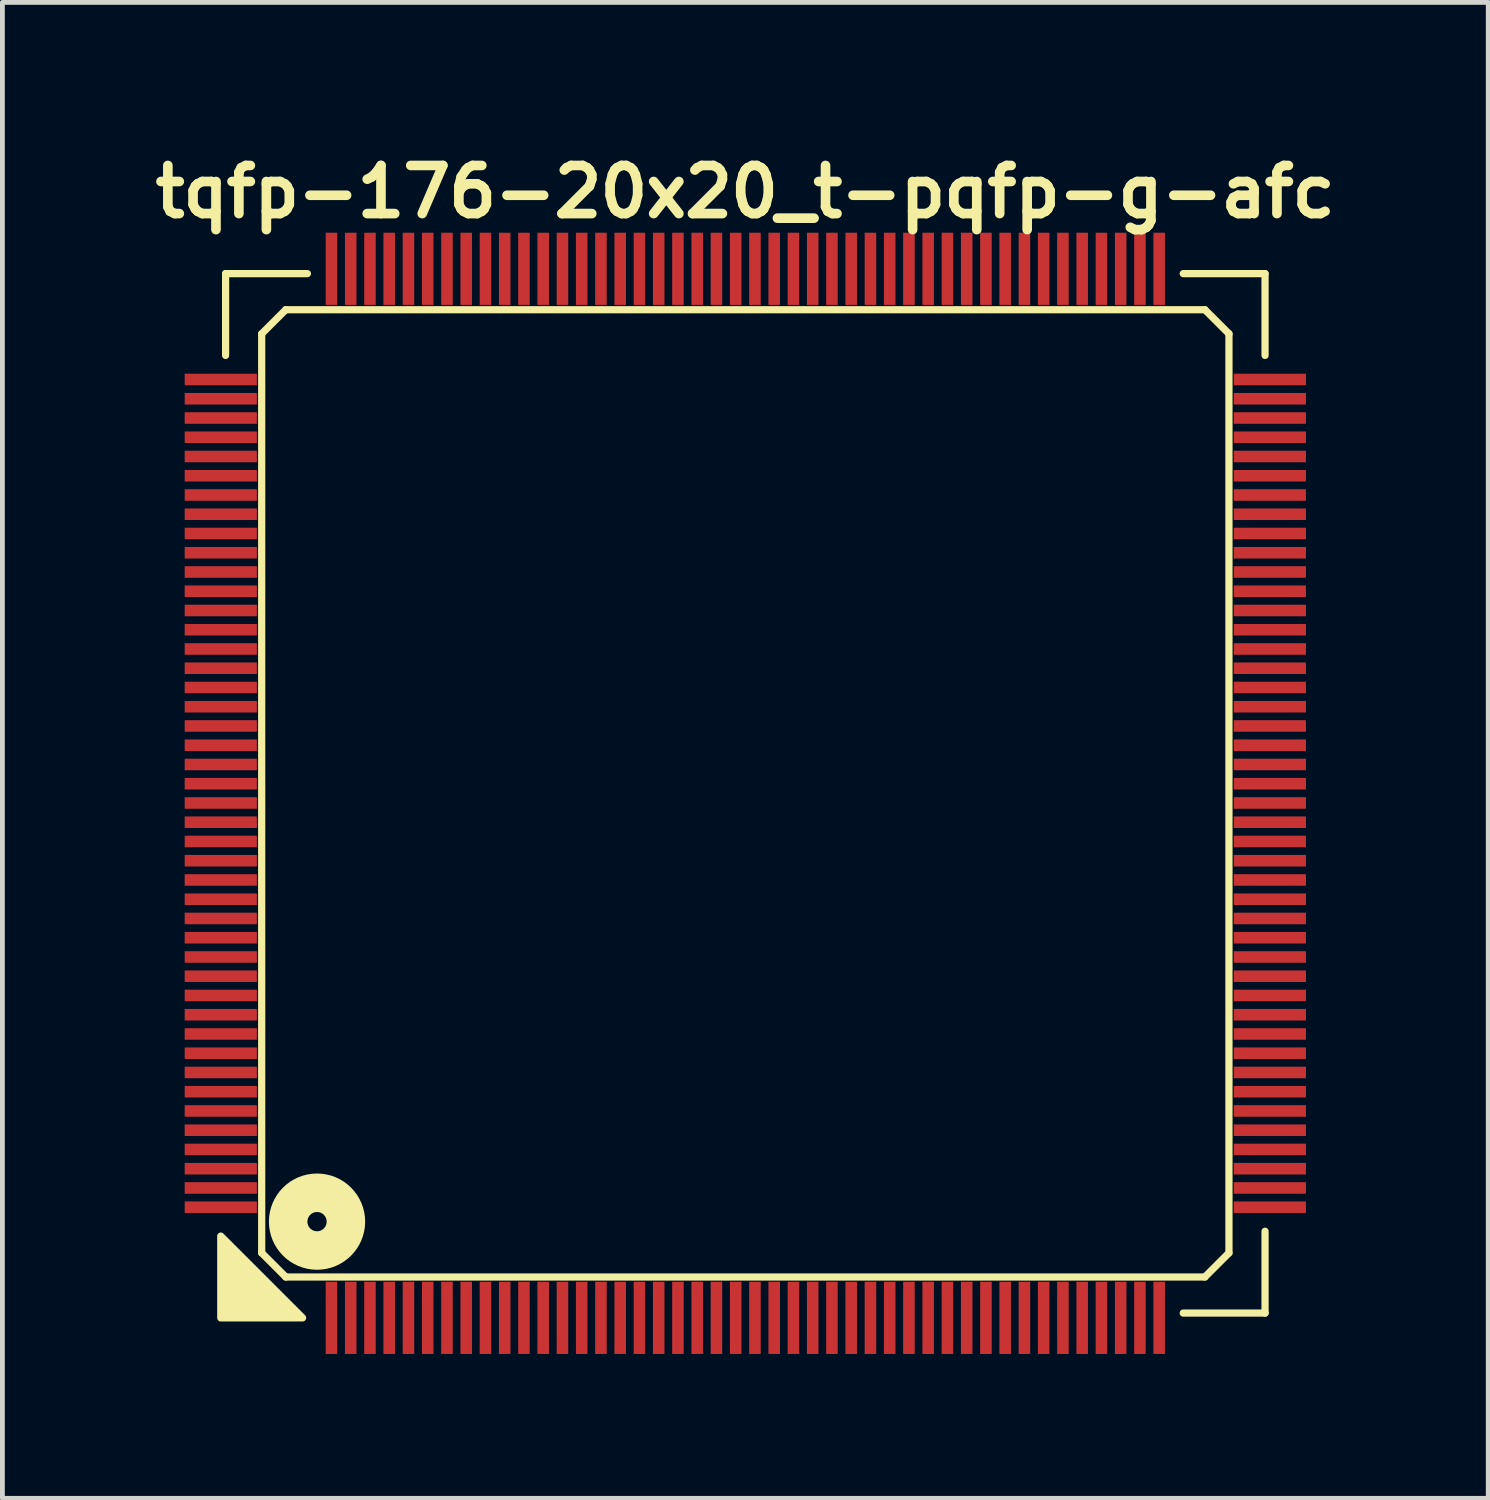
<source format=kicad_pcb>
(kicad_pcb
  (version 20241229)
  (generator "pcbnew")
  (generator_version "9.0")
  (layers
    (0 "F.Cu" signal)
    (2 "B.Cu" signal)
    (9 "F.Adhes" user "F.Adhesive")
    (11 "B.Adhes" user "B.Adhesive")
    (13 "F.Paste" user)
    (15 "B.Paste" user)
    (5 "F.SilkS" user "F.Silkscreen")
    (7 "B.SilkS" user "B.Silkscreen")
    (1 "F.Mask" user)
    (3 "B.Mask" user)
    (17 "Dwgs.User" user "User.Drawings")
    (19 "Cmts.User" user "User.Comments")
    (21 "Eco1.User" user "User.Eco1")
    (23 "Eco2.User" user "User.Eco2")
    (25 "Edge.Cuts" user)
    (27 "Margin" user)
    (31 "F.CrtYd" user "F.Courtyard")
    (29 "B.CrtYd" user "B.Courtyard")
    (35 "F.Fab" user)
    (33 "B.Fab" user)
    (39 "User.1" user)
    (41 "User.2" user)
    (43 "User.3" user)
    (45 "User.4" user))
  (footprint "tqfp-176-20x20_t-pqfp-g-afc"
    (layer "F.Cu")
    (at 12.438 13.436)
    (property "Reference" "tqfp-176-20x20_t-pqfp-g-afc" (at 0 -12.5 0) (layer "F.SilkS") (effects (font (size 1 1) (thickness 0.2))))
    (attr smd)
    (fp_line (start -10.8 -10.8) (end -9.1 -10.8) (stroke (width 0.15) (type solid)) (layer "F.SilkS"))
    (fp_line (start -10.8 -9.1) (end -10.8 -10.8) (stroke (width 0.15) (type solid)) (layer "F.SilkS"))
    (fp_line (start -10.05 -9.55) (end -9.55 -10.05) (stroke (width 0.15) (type solid)) (layer "F.SilkS"))
    (fp_line (start -10.05 9.55) (end -10.05 -9.55) (stroke (width 0.15) (type solid)) (layer "F.SilkS"))
    (fp_line (start -9.55 -10.05) (end 9.55 -10.05) (stroke (width 0.15) (type solid)) (layer "F.SilkS"))
    (fp_line (start -9.55 10.05) (end -10.05 9.55) (stroke (width 0.15) (type solid)) (layer "F.SilkS"))
    (fp_line (start 9.1 -10.8) (end 10.8 -10.8) (stroke (width 0.15) (type solid)) (layer "F.SilkS"))
    (fp_line (start 9.55 -10.05) (end 10.05 -9.55) (stroke (width 0.15) (type solid)) (layer "F.SilkS"))
    (fp_line (start 9.55 10.05) (end -9.55 10.05) (stroke (width 0.15) (type solid)) (layer "F.SilkS"))
    (fp_line (start 10.05 -9.55) (end 10.05 9.55) (stroke (width 0.15) (type solid)) (layer "F.SilkS"))
    (fp_line (start 10.05 9.55) (end 9.55 10.05) (stroke (width 0.15) (type solid)) (layer "F.SilkS"))
    (fp_line (start 10.8 -10.8) (end 10.8 -9.1) (stroke (width 0.15) (type solid)) (layer "F.SilkS"))
    (fp_line (start 10.8 9.1) (end 10.8 10.8) (stroke (width 0.15) (type solid)) (layer "F.SilkS"))
    (fp_line (start 10.8 10.8) (end 9.1 10.8) (stroke (width 0.15) (type solid)) (layer "F.SilkS"))
    (fp_circle (center -8.9 8.9) (end -8.7 8.9) (stroke (width 0.8) (type solid)) (fill no) (layer "F.SilkS"))
    (fp_poly (pts (xy -9.2 10.9) (xy -10.9 10.9) (xy -10.9 9.2)) (stroke (width 0.15) (type solid)) (fill yes) (layer "F.SilkS"))
    (pad "1" smd rect (at -8.6 10.9) (size 0.24 1.5) (layers "F.Cu" "F.Mask" "F.Paste"))
    (pad "2" smd rect (at -8.2 10.9) (size 0.24 1.5) (layers "F.Cu" "F.Mask" "F.Paste"))
    (pad "3" smd rect (at -7.8 10.9) (size 0.24 1.5) (layers "F.Cu" "F.Mask" "F.Paste"))
    (pad "4" smd rect (at -7.4 10.9) (size 0.24 1.5) (layers "F.Cu" "F.Mask" "F.Paste"))
    (pad "5" smd rect (at -7 10.9) (size 0.24 1.5) (layers "F.Cu" "F.Mask" "F.Paste"))
    (pad "6" smd rect (at -6.6 10.9) (size 0.24 1.5) (layers "F.Cu" "F.Mask" "F.Paste"))
    (pad "7" smd rect (at -6.2 10.9) (size 0.24 1.5) (layers "F.Cu" "F.Mask" "F.Paste"))
    (pad "8" smd rect (at -5.8 10.9) (size 0.24 1.5) (layers "F.Cu" "F.Mask" "F.Paste"))
    (pad "9" smd rect (at -5.4 10.9) (size 0.24 1.5) (layers "F.Cu" "F.Mask" "F.Paste"))
    (pad "10" smd rect (at -5 10.9) (size 0.24 1.5) (layers "F.Cu" "F.Mask" "F.Paste"))
    (pad "11" smd rect (at -4.6 10.9) (size 0.24 1.5) (layers "F.Cu" "F.Mask" "F.Paste"))
    (pad "12" smd rect (at -4.2 10.9) (size 0.24 1.5) (layers "F.Cu" "F.Mask" "F.Paste"))
    (pad "13" smd rect (at -3.8 10.9) (size 0.24 1.5) (layers "F.Cu" "F.Mask" "F.Paste"))
    (pad "14" smd rect (at -3.4 10.9) (size 0.24 1.5) (layers "F.Cu" "F.Mask" "F.Paste"))
    (pad "15" smd rect (at -3 10.9) (size 0.24 1.5) (layers "F.Cu" "F.Mask" "F.Paste"))
    (pad "16" smd rect (at -2.6 10.9) (size 0.24 1.5) (layers "F.Cu" "F.Mask" "F.Paste"))
    (pad "17" smd rect (at -2.2 10.9) (size 0.24 1.5) (layers "F.Cu" "F.Mask" "F.Paste"))
    (pad "18" smd rect (at -1.8 10.9) (size 0.24 1.5) (layers "F.Cu" "F.Mask" "F.Paste"))
    (pad "19" smd rect (at -1.4 10.9) (size 0.24 1.5) (layers "F.Cu" "F.Mask" "F.Paste"))
    (pad "20" smd rect (at -1 10.9) (size 0.24 1.5) (layers "F.Cu" "F.Mask" "F.Paste"))
    (pad "21" smd rect (at -0.6 10.9) (size 0.24 1.5) (layers "F.Cu" "F.Mask" "F.Paste"))
    (pad "22" smd rect (at -0.2 10.9) (size 0.24 1.5) (layers "F.Cu" "F.Mask" "F.Paste"))
    (pad "23" smd rect (at 0.2 10.9) (size 0.24 1.5) (layers "F.Cu" "F.Mask" "F.Paste"))
    (pad "24" smd rect (at 0.6 10.9) (size 0.24 1.5) (layers "F.Cu" "F.Mask" "F.Paste"))
    (pad "25" smd rect (at 1 10.9) (size 0.24 1.5) (layers "F.Cu" "F.Mask" "F.Paste"))
    (pad "26" smd rect (at 1.4 10.9) (size 0.24 1.5) (layers "F.Cu" "F.Mask" "F.Paste"))
    (pad "27" smd rect (at 1.8 10.9) (size 0.24 1.5) (layers "F.Cu" "F.Mask" "F.Paste"))
    (pad "28" smd rect (at 2.2 10.9) (size 0.24 1.5) (layers "F.Cu" "F.Mask" "F.Paste"))
    (pad "29" smd rect (at 2.6 10.9) (size 0.24 1.5) (layers "F.Cu" "F.Mask" "F.Paste"))
    (pad "30" smd rect (at 3 10.9) (size 0.24 1.5) (layers "F.Cu" "F.Mask" "F.Paste"))
    (pad "31" smd rect (at 3.4 10.9) (size 0.24 1.5) (layers "F.Cu" "F.Mask" "F.Paste"))
    (pad "32" smd rect (at 3.8 10.9) (size 0.24 1.5) (layers "F.Cu" "F.Mask" "F.Paste"))
    (pad "33" smd rect (at 4.2 10.9) (size 0.24 1.5) (layers "F.Cu" "F.Mask" "F.Paste"))
    (pad "34" smd rect (at 4.6 10.9) (size 0.24 1.5) (layers "F.Cu" "F.Mask" "F.Paste"))
    (pad "35" smd rect (at 5 10.9) (size 0.24 1.5) (layers "F.Cu" "F.Mask" "F.Paste"))
    (pad "36" smd rect (at 5.4 10.9) (size 0.24 1.5) (layers "F.Cu" "F.Mask" "F.Paste"))
    (pad "37" smd rect (at 5.8 10.9) (size 0.24 1.5) (layers "F.Cu" "F.Mask" "F.Paste"))
    (pad "38" smd rect (at 6.2 10.9) (size 0.24 1.5) (layers "F.Cu" "F.Mask" "F.Paste"))
    (pad "39" smd rect (at 6.6 10.9) (size 0.24 1.5) (layers "F.Cu" "F.Mask" "F.Paste"))
    (pad "40" smd rect (at 7 10.9) (size 0.24 1.5) (layers "F.Cu" "F.Mask" "F.Paste"))
    (pad "41" smd rect (at 7.4 10.9) (size 0.24 1.5) (layers "F.Cu" "F.Mask" "F.Paste"))
    (pad "42" smd rect (at 7.8 10.9) (size 0.24 1.5) (layers "F.Cu" "F.Mask" "F.Paste"))
    (pad "43" smd rect (at 8.2 10.9) (size 0.24 1.5) (layers "F.Cu" "F.Mask" "F.Paste"))
    (pad "44" smd rect (at 8.6 10.9) (size 0.24 1.5) (layers "F.Cu" "F.Mask" "F.Paste"))
    (pad "45" smd rect (at 10.9 8.6) (size 1.5 0.24) (layers "F.Cu" "F.Mask" "F.Paste"))
    (pad "46" smd rect (at 10.9 8.2) (size 1.5 0.24) (layers "F.Cu" "F.Mask" "F.Paste"))
    (pad "47" smd rect (at 10.9 7.8) (size 1.5 0.24) (layers "F.Cu" "F.Mask" "F.Paste"))
    (pad "48" smd rect (at 10.9 7.4) (size 1.5 0.24) (layers "F.Cu" "F.Mask" "F.Paste"))
    (pad "49" smd rect (at 10.9 7) (size 1.5 0.24) (layers "F.Cu" "F.Mask" "F.Paste"))
    (pad "50" smd rect (at 10.9 6.6) (size 1.5 0.24) (layers "F.Cu" "F.Mask" "F.Paste"))
    (pad "51" smd rect (at 10.9 6.2) (size 1.5 0.24) (layers "F.Cu" "F.Mask" "F.Paste"))
    (pad "52" smd rect (at 10.9 5.8) (size 1.5 0.24) (layers "F.Cu" "F.Mask" "F.Paste"))
    (pad "53" smd rect (at 10.9 5.4) (size 1.5 0.24) (layers "F.Cu" "F.Mask" "F.Paste"))
    (pad "54" smd rect (at 10.9 5) (size 1.5 0.24) (layers "F.Cu" "F.Mask" "F.Paste"))
    (pad "55" smd rect (at 10.9 4.6) (size 1.5 0.24) (layers "F.Cu" "F.Mask" "F.Paste"))
    (pad "56" smd rect (at 10.9 4.2) (size 1.5 0.24) (layers "F.Cu" "F.Mask" "F.Paste"))
    (pad "57" smd rect (at 10.9 3.8) (size 1.5 0.24) (layers "F.Cu" "F.Mask" "F.Paste"))
    (pad "58" smd rect (at 10.9 3.4) (size 1.5 0.24) (layers "F.Cu" "F.Mask" "F.Paste"))
    (pad "59" smd rect (at 10.9 3) (size 1.5 0.24) (layers "F.Cu" "F.Mask" "F.Paste"))
    (pad "60" smd rect (at 10.9 2.6) (size 1.5 0.24) (layers "F.Cu" "F.Mask" "F.Paste"))
    (pad "61" smd rect (at 10.9 2.2) (size 1.5 0.24) (layers "F.Cu" "F.Mask" "F.Paste"))
    (pad "62" smd rect (at 10.9 1.8) (size 1.5 0.24) (layers "F.Cu" "F.Mask" "F.Paste"))
    (pad "63" smd rect (at 10.9 1.4) (size 1.5 0.24) (layers "F.Cu" "F.Mask" "F.Paste"))
    (pad "64" smd rect (at 10.9 1) (size 1.5 0.24) (layers "F.Cu" "F.Mask" "F.Paste"))
    (pad "65" smd rect (at 10.9 0.6) (size 1.5 0.24) (layers "F.Cu" "F.Mask" "F.Paste"))
    (pad "66" smd rect (at 10.9 0.2) (size 1.5 0.24) (layers "F.Cu" "F.Mask" "F.Paste"))
    (pad "67" smd rect (at 10.9 -0.2) (size 1.5 0.24) (layers "F.Cu" "F.Mask" "F.Paste"))
    (pad "68" smd rect (at 10.9 -0.6) (size 1.5 0.24) (layers "F.Cu" "F.Mask" "F.Paste"))
    (pad "69" smd rect (at 10.9 -1) (size 1.5 0.24) (layers "F.Cu" "F.Mask" "F.Paste"))
    (pad "70" smd rect (at 10.9 -1.4) (size 1.5 0.24) (layers "F.Cu" "F.Mask" "F.Paste"))
    (pad "71" smd rect (at 10.9 -1.8) (size 1.5 0.24) (layers "F.Cu" "F.Mask" "F.Paste"))
    (pad "72" smd rect (at 10.9 -2.2) (size 1.5 0.24) (layers "F.Cu" "F.Mask" "F.Paste"))
    (pad "73" smd rect (at 10.9 -2.6) (size 1.5 0.24) (layers "F.Cu" "F.Mask" "F.Paste"))
    (pad "74" smd rect (at 10.9 -3) (size 1.5 0.24) (layers "F.Cu" "F.Mask" "F.Paste"))
    (pad "75" smd rect (at 10.9 -3.4) (size 1.5 0.24) (layers "F.Cu" "F.Mask" "F.Paste"))
    (pad "76" smd rect (at 10.9 -3.8) (size 1.5 0.24) (layers "F.Cu" "F.Mask" "F.Paste"))
    (pad "77" smd rect (at 10.9 -4.2) (size 1.5 0.24) (layers "F.Cu" "F.Mask" "F.Paste"))
    (pad "78" smd rect (at 10.9 -4.6) (size 1.5 0.24) (layers "F.Cu" "F.Mask" "F.Paste"))
    (pad "79" smd rect (at 10.9 -5) (size 1.5 0.24) (layers "F.Cu" "F.Mask" "F.Paste"))
    (pad "80" smd rect (at 10.9 -5.4) (size 1.5 0.24) (layers "F.Cu" "F.Mask" "F.Paste"))
    (pad "81" smd rect (at 10.9 -5.8) (size 1.5 0.24) (layers "F.Cu" "F.Mask" "F.Paste"))
    (pad "82" smd rect (at 10.9 -6.2) (size 1.5 0.24) (layers "F.Cu" "F.Mask" "F.Paste"))
    (pad "83" smd rect (at 10.9 -6.6) (size 1.5 0.24) (layers "F.Cu" "F.Mask" "F.Paste"))
    (pad "84" smd rect (at 10.9 -7) (size 1.5 0.24) (layers "F.Cu" "F.Mask" "F.Paste"))
    (pad "85" smd rect (at 10.9 -7.4) (size 1.5 0.24) (layers "F.Cu" "F.Mask" "F.Paste"))
    (pad "86" smd rect (at 10.9 -7.8) (size 1.5 0.24) (layers "F.Cu" "F.Mask" "F.Paste"))
    (pad "87" smd rect (at 10.9 -8.2) (size 1.5 0.24) (layers "F.Cu" "F.Mask" "F.Paste"))
    (pad "88" smd rect (at 10.9 -8.6) (size 1.5 0.24) (layers "F.Cu" "F.Mask" "F.Paste"))
    (pad "89" smd rect (at 8.6 -10.9) (size 0.24 1.5) (layers "F.Cu" "F.Mask" "F.Paste"))
    (pad "90" smd rect (at 8.2 -10.9) (size 0.24 1.5) (layers "F.Cu" "F.Mask" "F.Paste"))
    (pad "91" smd rect (at 7.8 -10.9) (size 0.24 1.5) (layers "F.Cu" "F.Mask" "F.Paste"))
    (pad "92" smd rect (at 7.4 -10.9) (size 0.24 1.5) (layers "F.Cu" "F.Mask" "F.Paste"))
    (pad "93" smd rect (at 7 -10.9) (size 0.24 1.5) (layers "F.Cu" "F.Mask" "F.Paste"))
    (pad "94" smd rect (at 6.6 -10.9) (size 0.24 1.5) (layers "F.Cu" "F.Mask" "F.Paste"))
    (pad "95" smd rect (at 6.2 -10.9) (size 0.24 1.5) (layers "F.Cu" "F.Mask" "F.Paste"))
    (pad "96" smd rect (at 5.8 -10.9) (size 0.24 1.5) (layers "F.Cu" "F.Mask" "F.Paste"))
    (pad "97" smd rect (at 5.4 -10.9) (size 0.24 1.5) (layers "F.Cu" "F.Mask" "F.Paste"))
    (pad "98" smd rect (at 5 -10.9) (size 0.24 1.5) (layers "F.Cu" "F.Mask" "F.Paste"))
    (pad "99" smd rect (at 4.6 -10.9) (size 0.24 1.5) (layers "F.Cu" "F.Mask" "F.Paste"))
    (pad "100" smd rect (at 4.2 -10.9) (size 0.24 1.5) (layers "F.Cu" "F.Mask" "F.Paste"))
    (pad "101" smd rect (at 3.8 -10.9) (size 0.24 1.5) (layers "F.Cu" "F.Mask" "F.Paste"))
    (pad "102" smd rect (at 3.4 -10.9) (size 0.24 1.5) (layers "F.Cu" "F.Mask" "F.Paste"))
    (pad "103" smd rect (at 3 -10.9) (size 0.24 1.5) (layers "F.Cu" "F.Mask" "F.Paste"))
    (pad "104" smd rect (at 2.6 -10.9) (size 0.24 1.5) (layers "F.Cu" "F.Mask" "F.Paste"))
    (pad "105" smd rect (at 2.2 -10.9) (size 0.24 1.5) (layers "F.Cu" "F.Mask" "F.Paste"))
    (pad "106" smd rect (at 1.8 -10.9) (size 0.24 1.5) (layers "F.Cu" "F.Mask" "F.Paste"))
    (pad "107" smd rect (at 1.4 -10.9) (size 0.24 1.5) (layers "F.Cu" "F.Mask" "F.Paste"))
    (pad "108" smd rect (at 1 -10.9) (size 0.24 1.5) (layers "F.Cu" "F.Mask" "F.Paste"))
    (pad "109" smd rect (at 0.6 -10.9) (size 0.24 1.5) (layers "F.Cu" "F.Mask" "F.Paste"))
    (pad "110" smd rect (at 0.2 -10.9) (size 0.24 1.5) (layers "F.Cu" "F.Mask" "F.Paste"))
    (pad "111" smd rect (at -0.2 -10.9) (size 0.24 1.5) (layers "F.Cu" "F.Mask" "F.Paste"))
    (pad "112" smd rect (at -0.6 -10.9) (size 0.24 1.5) (layers "F.Cu" "F.Mask" "F.Paste"))
    (pad "113" smd rect (at -1 -10.9) (size 0.24 1.5) (layers "F.Cu" "F.Mask" "F.Paste"))
    (pad "114" smd rect (at -1.4 -10.9) (size 0.24 1.5) (layers "F.Cu" "F.Mask" "F.Paste"))
    (pad "115" smd rect (at -1.8 -10.9) (size 0.24 1.5) (layers "F.Cu" "F.Mask" "F.Paste"))
    (pad "116" smd rect (at -2.2 -10.9) (size 0.24 1.5) (layers "F.Cu" "F.Mask" "F.Paste"))
    (pad "117" smd rect (at -2.6 -10.9) (size 0.24 1.5) (layers "F.Cu" "F.Mask" "F.Paste"))
    (pad "118" smd rect (at -3 -10.9) (size 0.24 1.5) (layers "F.Cu" "F.Mask" "F.Paste"))
    (pad "119" smd rect (at -3.4 -10.9) (size 0.24 1.5) (layers "F.Cu" "F.Mask" "F.Paste"))
    (pad "120" smd rect (at -3.8 -10.9) (size 0.24 1.5) (layers "F.Cu" "F.Mask" "F.Paste"))
    (pad "121" smd rect (at -4.2 -10.9) (size 0.24 1.5) (layers "F.Cu" "F.Mask" "F.Paste"))
    (pad "122" smd rect (at -4.6 -10.9) (size 0.24 1.5) (layers "F.Cu" "F.Mask" "F.Paste"))
    (pad "123" smd rect (at -5 -10.9) (size 0.24 1.5) (layers "F.Cu" "F.Mask" "F.Paste"))
    (pad "124" smd rect (at -5.4 -10.9) (size 0.24 1.5) (layers "F.Cu" "F.Mask" "F.Paste"))
    (pad "125" smd rect (at -5.8 -10.9) (size 0.24 1.5) (layers "F.Cu" "F.Mask" "F.Paste"))
    (pad "126" smd rect (at -6.2 -10.9) (size 0.24 1.5) (layers "F.Cu" "F.Mask" "F.Paste"))
    (pad "127" smd rect (at -6.6 -10.9) (size 0.24 1.5) (layers "F.Cu" "F.Mask" "F.Paste"))
    (pad "128" smd rect (at -7 -10.9) (size 0.24 1.5) (layers "F.Cu" "F.Mask" "F.Paste"))
    (pad "129" smd rect (at -7.4 -10.9) (size 0.24 1.5) (layers "F.Cu" "F.Mask" "F.Paste"))
    (pad "130" smd rect (at -7.8 -10.9) (size 0.24 1.5) (layers "F.Cu" "F.Mask" "F.Paste"))
    (pad "131" smd rect (at -8.2 -10.9) (size 0.24 1.5) (layers "F.Cu" "F.Mask" "F.Paste"))
    (pad "132" smd rect (at -8.6 -10.9) (size 0.24 1.5) (layers "F.Cu" "F.Mask" "F.Paste"))
    (pad "133" smd rect (at -10.9 -8.6) (size 1.5 0.24) (layers "F.Cu" "F.Mask" "F.Paste"))
    (pad "134" smd rect (at -10.9 -8.2) (size 1.5 0.24) (layers "F.Cu" "F.Mask" "F.Paste"))
    (pad "135" smd rect (at -10.9 -7.8) (size 1.5 0.24) (layers "F.Cu" "F.Mask" "F.Paste"))
    (pad "136" smd rect (at -10.9 -7.4) (size 1.5 0.24) (layers "F.Cu" "F.Mask" "F.Paste"))
    (pad "137" smd rect (at -10.9 -7) (size 1.5 0.24) (layers "F.Cu" "F.Mask" "F.Paste"))
    (pad "138" smd rect (at -10.9 -6.6) (size 1.5 0.24) (layers "F.Cu" "F.Mask" "F.Paste"))
    (pad "139" smd rect (at -10.9 -6.2) (size 1.5 0.24) (layers "F.Cu" "F.Mask" "F.Paste"))
    (pad "140" smd rect (at -10.9 -5.8) (size 1.5 0.24) (layers "F.Cu" "F.Mask" "F.Paste"))
    (pad "141" smd rect (at -10.9 -5.4) (size 1.5 0.24) (layers "F.Cu" "F.Mask" "F.Paste"))
    (pad "142" smd rect (at -10.9 -5) (size 1.5 0.24) (layers "F.Cu" "F.Mask" "F.Paste"))
    (pad "143" smd rect (at -10.9 -4.6) (size 1.5 0.24) (layers "F.Cu" "F.Mask" "F.Paste"))
    (pad "144" smd rect (at -10.9 -4.2) (size 1.5 0.24) (layers "F.Cu" "F.Mask" "F.Paste"))
    (pad "145" smd rect (at -10.9 -3.8) (size 1.5 0.24) (layers "F.Cu" "F.Mask" "F.Paste"))
    (pad "146" smd rect (at -10.9 -3.4) (size 1.5 0.24) (layers "F.Cu" "F.Mask" "F.Paste"))
    (pad "147" smd rect (at -10.9 -3) (size 1.5 0.24) (layers "F.Cu" "F.Mask" "F.Paste"))
    (pad "148" smd rect (at -10.9 -2.6) (size 1.5 0.24) (layers "F.Cu" "F.Mask" "F.Paste"))
    (pad "149" smd rect (at -10.9 -2.2) (size 1.5 0.24) (layers "F.Cu" "F.Mask" "F.Paste"))
    (pad "150" smd rect (at -10.9 -1.8) (size 1.5 0.24) (layers "F.Cu" "F.Mask" "F.Paste"))
    (pad "151" smd rect (at -10.9 -1.4) (size 1.5 0.24) (layers "F.Cu" "F.Mask" "F.Paste"))
    (pad "152" smd rect (at -10.9 -1) (size 1.5 0.24) (layers "F.Cu" "F.Mask" "F.Paste"))
    (pad "153" smd rect (at -10.9 -0.6) (size 1.5 0.24) (layers "F.Cu" "F.Mask" "F.Paste"))
    (pad "154" smd rect (at -10.9 -0.2) (size 1.5 0.24) (layers "F.Cu" "F.Mask" "F.Paste"))
    (pad "155" smd rect (at -10.9 0.2) (size 1.5 0.24) (layers "F.Cu" "F.Mask" "F.Paste"))
    (pad "156" smd rect (at -10.9 0.6) (size 1.5 0.24) (layers "F.Cu" "F.Mask" "F.Paste"))
    (pad "157" smd rect (at -10.9 1) (size 1.5 0.24) (layers "F.Cu" "F.Mask" "F.Paste"))
    (pad "158" smd rect (at -10.9 1.4) (size 1.5 0.24) (layers "F.Cu" "F.Mask" "F.Paste"))
    (pad "159" smd rect (at -10.9 1.8) (size 1.5 0.24) (layers "F.Cu" "F.Mask" "F.Paste"))
    (pad "160" smd rect (at -10.9 2.2) (size 1.5 0.24) (layers "F.Cu" "F.Mask" "F.Paste"))
    (pad "161" smd rect (at -10.9 2.6) (size 1.5 0.24) (layers "F.Cu" "F.Mask" "F.Paste"))
    (pad "162" smd rect (at -10.9 3) (size 1.5 0.24) (layers "F.Cu" "F.Mask" "F.Paste"))
    (pad "163" smd rect (at -10.9 3.4) (size 1.5 0.24) (layers "F.Cu" "F.Mask" "F.Paste"))
    (pad "164" smd rect (at -10.9 3.8) (size 1.5 0.24) (layers "F.Cu" "F.Mask" "F.Paste"))
    (pad "165" smd rect (at -10.9 4.2) (size 1.5 0.24) (layers "F.Cu" "F.Mask" "F.Paste"))
    (pad "166" smd rect (at -10.9 4.6) (size 1.5 0.24) (layers "F.Cu" "F.Mask" "F.Paste"))
    (pad "167" smd rect (at -10.9 5) (size 1.5 0.24) (layers "F.Cu" "F.Mask" "F.Paste"))
    (pad "168" smd rect (at -10.9 5.4) (size 1.5 0.24) (layers "F.Cu" "F.Mask" "F.Paste"))
    (pad "169" smd rect (at -10.9 5.8) (size 1.5 0.24) (layers "F.Cu" "F.Mask" "F.Paste"))
    (pad "170" smd rect (at -10.9 6.2) (size 1.5 0.24) (layers "F.Cu" "F.Mask" "F.Paste"))
    (pad "171" smd rect (at -10.9 6.6) (size 1.5 0.24) (layers "F.Cu" "F.Mask" "F.Paste"))
    (pad "172" smd rect (at -10.9 7) (size 1.5 0.24) (layers "F.Cu" "F.Mask" "F.Paste"))
    (pad "173" smd rect (at -10.9 7.4) (size 1.5 0.24) (layers "F.Cu" "F.Mask" "F.Paste"))
    (pad "174" smd rect (at -10.9 7.8) (size 1.5 0.24) (layers "F.Cu" "F.Mask" "F.Paste"))
    (pad "175" smd rect (at -10.9 8.2) (size 1.5 0.24) (layers "F.Cu" "F.Mask" "F.Paste"))
    (pad "176" smd rect (at -10.9 8.6) (size 1.5 0.24) (layers "F.Cu" "F.Mask" "F.Paste")))
  (gr_rect
    (start -3 -3)
    (end 27.876 28.086)
    (stroke (width 0.1) (type default))
    (fill no)
    (layer "Edge.Cuts")))
</source>
